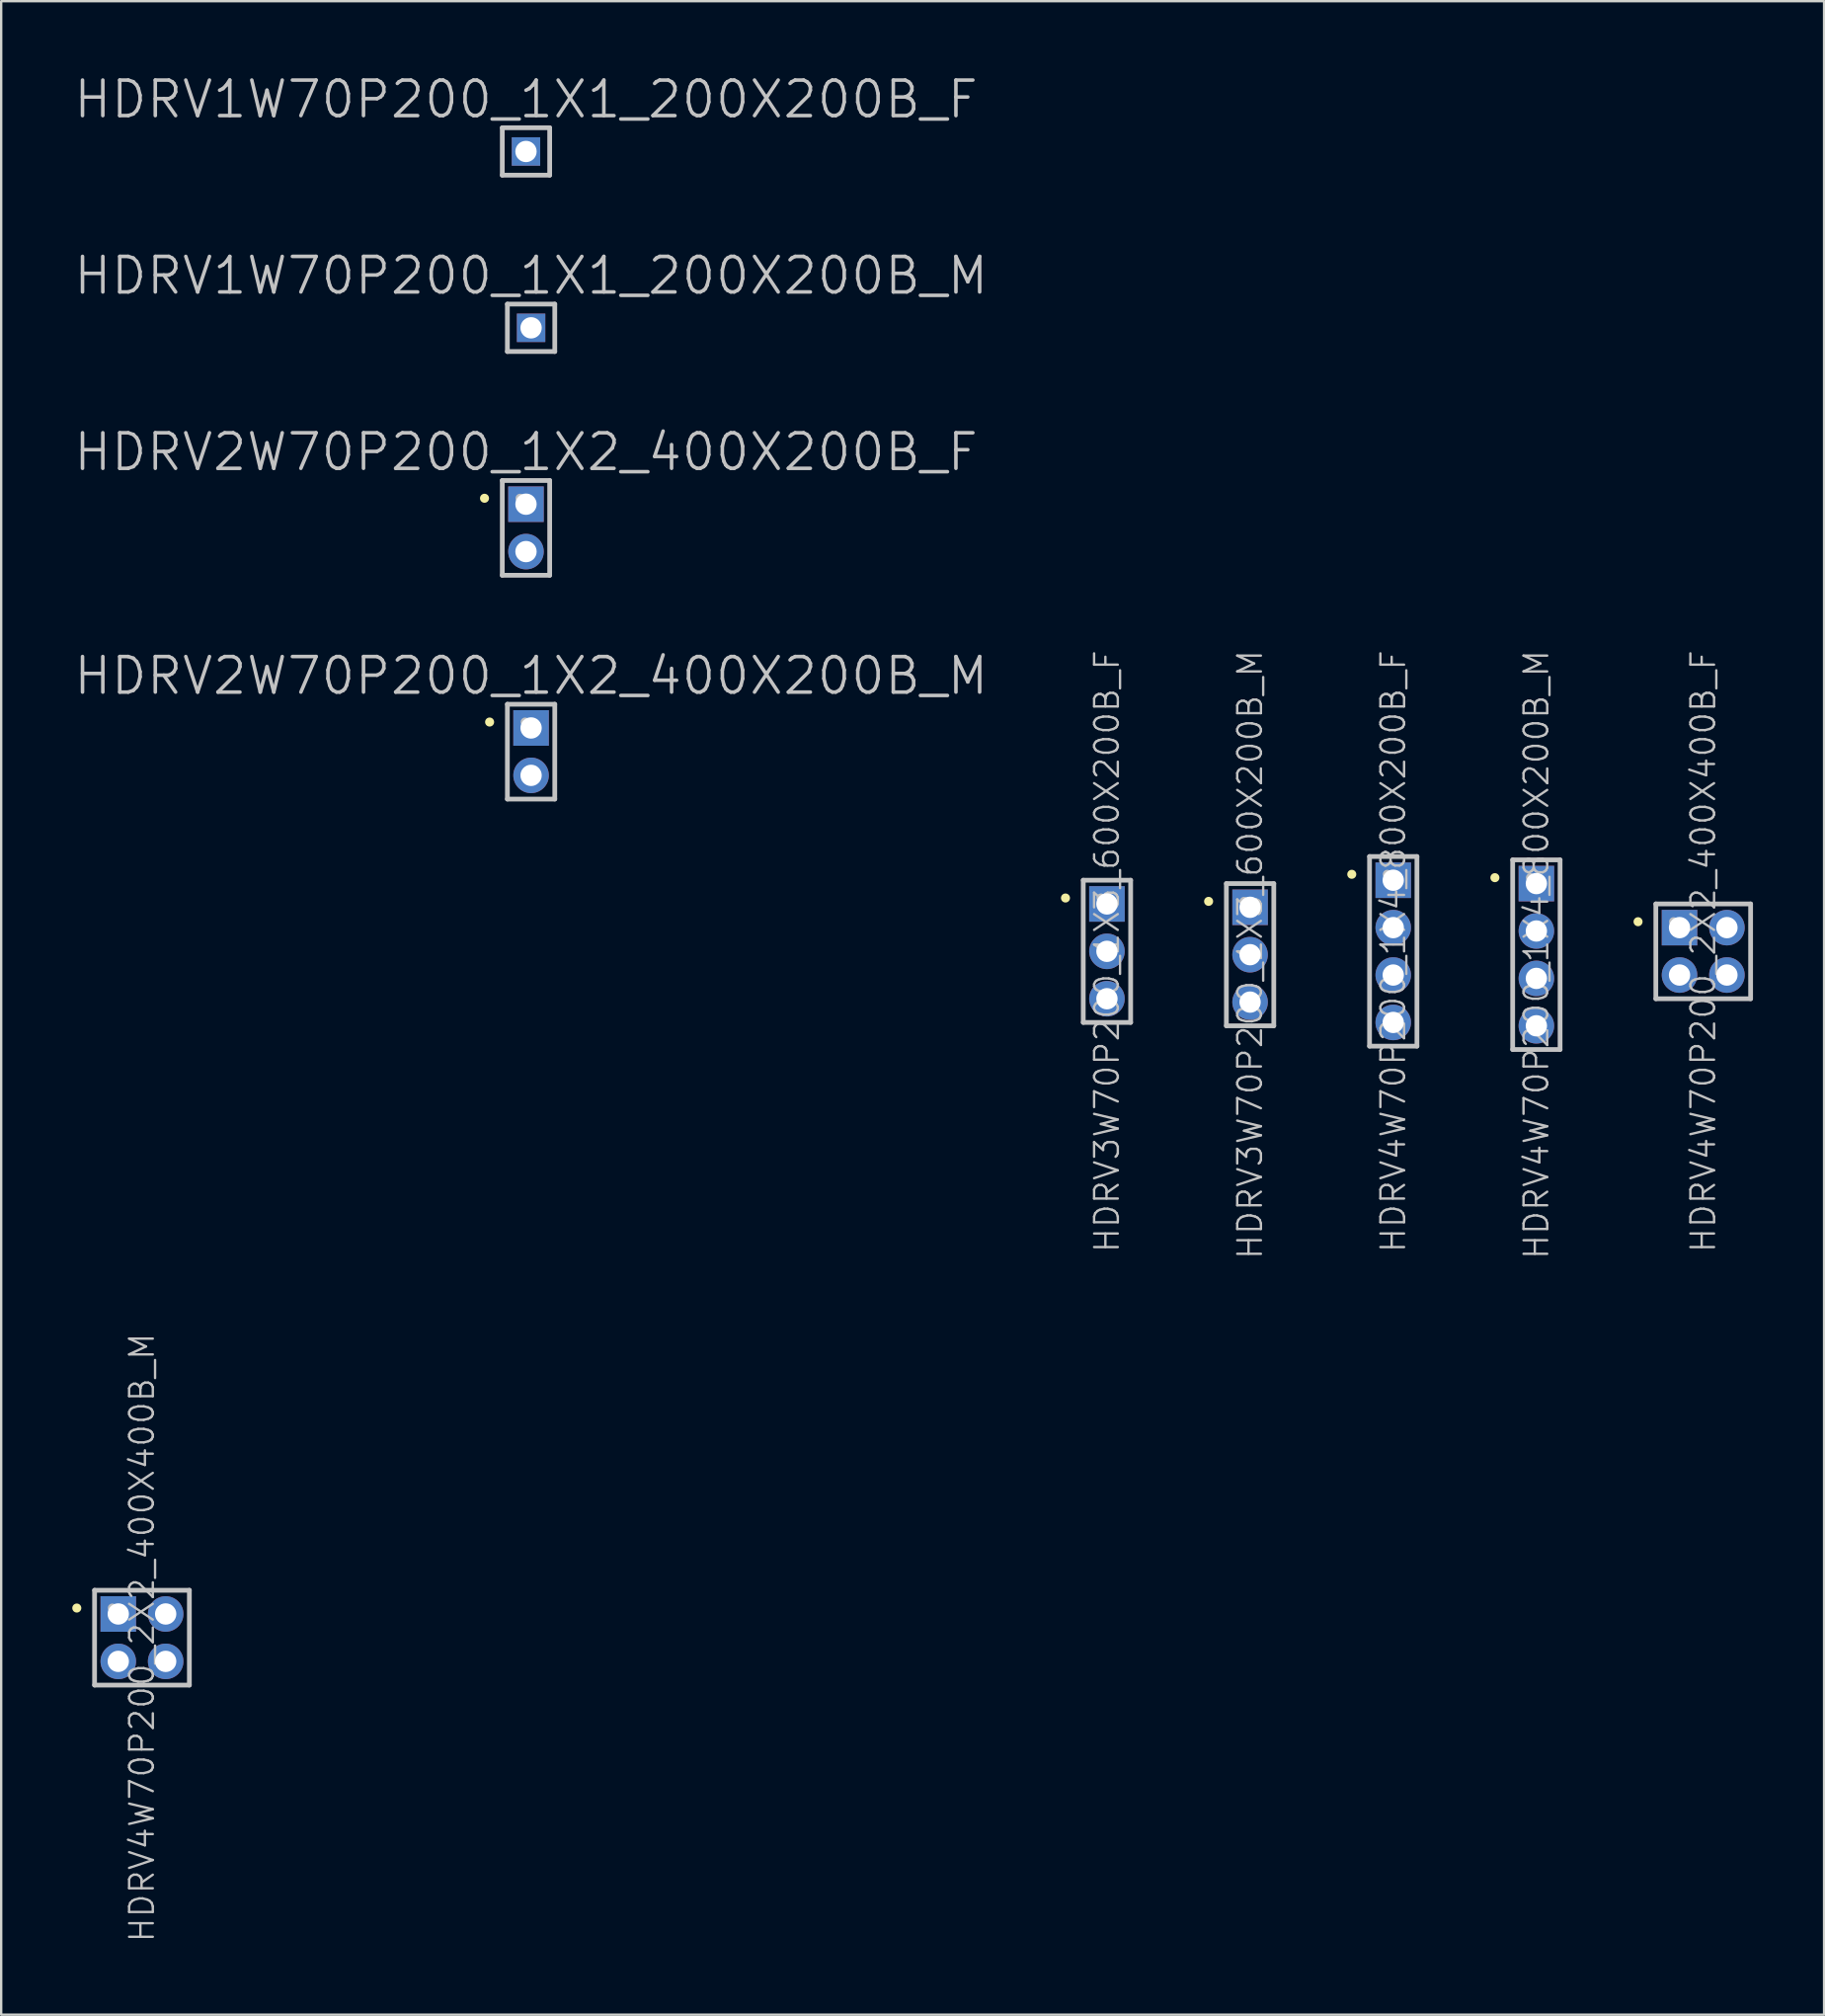
<source format=kicad_pcb>
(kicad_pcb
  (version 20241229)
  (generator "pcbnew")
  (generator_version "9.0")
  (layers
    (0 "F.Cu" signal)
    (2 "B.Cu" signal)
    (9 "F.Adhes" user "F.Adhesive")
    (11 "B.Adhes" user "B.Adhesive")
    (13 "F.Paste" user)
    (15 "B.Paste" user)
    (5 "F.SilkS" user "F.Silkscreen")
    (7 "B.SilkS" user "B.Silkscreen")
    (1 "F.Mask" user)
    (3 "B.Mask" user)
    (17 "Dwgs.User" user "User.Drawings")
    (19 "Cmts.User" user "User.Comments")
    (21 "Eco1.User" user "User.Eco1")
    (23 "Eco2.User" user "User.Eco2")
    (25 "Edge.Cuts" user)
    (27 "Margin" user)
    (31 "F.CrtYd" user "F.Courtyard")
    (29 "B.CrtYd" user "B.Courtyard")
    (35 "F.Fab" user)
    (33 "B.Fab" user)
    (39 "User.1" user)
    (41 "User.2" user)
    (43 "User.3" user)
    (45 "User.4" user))
  (footprint "HDRV3W70P200_1X3_600X200B_F"
    (layer "F.Cu")
    (at 43.662 37.087)
    (property "Reference" "HDRV3W70P200_1X3_600X200B_F" (at 0 0 90) (layer "Dwgs.User") (effects (font (size 1 1) (thickness 0.1))))
    (attr through_hole)
    (fp_line (start -1.75 -2.25) (end -1.75 -2.25) (stroke (width 0.381) (type solid)) (layer "F.SilkS"))
    (fp_line (start -1 -3) (end -1 3) (stroke (width 0.2) (type solid)) (layer "Dwgs.User"))
    (fp_line (start -1 -3) (end 1 -3) (stroke (width 0.2) (type solid)) (layer "Dwgs.User"))
    (fp_line (start -1 3) (end 1 3) (stroke (width 0.2) (type solid)) (layer "Dwgs.User"))
    (fp_line (start -0.25 -2.25) (end -0.25 -2.25) (stroke (width 0.381) (type solid)) (layer "Dwgs.User"))
    (fp_line (start 1 -3) (end 1 3) (stroke (width 0.2) (type solid)) (layer "Dwgs.User"))
    (pad "1" thru_hole rect (at 0 -2) (size 1.5 1.5) (drill 0.9) (layers "*.Cu" "*.Mask"))
    (pad "2" thru_hole circle (at 0 0 270) (size 1.5 1.5) (drill 0.9) (layers "*.Cu" "*.Mask"))
    (pad "3" thru_hole circle (at 0 2 270) (size 1.5 1.5) (drill 0.9) (layers "*.Cu" "*.Mask")))
  (footprint "HDRV1W70P200_1X1_200X200B_M"
    (layer "F.Cu")
    (at 19.361 10.781)
    (property "Reference" "HDRV1W70P200_1X1_200X200B_M" (at 0 -2.2 0) (layer "Dwgs.User") (effects (font (size 1.5 1.5) (thickness 0.15))))
    (attr through_hole)
    (fp_line (start -1 -1) (end -1 1) (stroke (width 0.2) (type solid)) (layer "Dwgs.User"))
    (fp_line (start -1 -1) (end 1 -1) (stroke (width 0.2) (type solid)) (layer "Dwgs.User"))
    (fp_line (start -1 1) (end 1 1) (stroke (width 0.2) (type solid)) (layer "Dwgs.User"))
    (fp_line (start 1 -1) (end 1 1) (stroke (width 0.2) (type solid)) (layer "Dwgs.User"))
    (pad "1" thru_hole rect (at 0 0) (size 1.2 1.2) (drill 0.9) (layers "*.Cu" "*.Mask")))
  (footprint "HDRV1W70P200_1X1_200X200B_F"
    (layer "F.Cu")
    (at 19.146 3.341)
    (property "Reference" "HDRV1W70P200_1X1_200X200B_F" (at 0 -2.2 0) (layer "Dwgs.User") (effects (font (size 1.5 1.5) (thickness 0.15))))
    (attr through_hole)
    (fp_line (start -1 -1) (end -1 1) (stroke (width 0.2) (type solid)) (layer "Dwgs.User"))
    (fp_line (start -1 -1) (end 1 -1) (stroke (width 0.2) (type solid)) (layer "Dwgs.User"))
    (fp_line (start -1 1) (end 1 1) (stroke (width 0.2) (type solid)) (layer "Dwgs.User"))
    (fp_line (start 1 -1) (end 1 1) (stroke (width 0.2) (type solid)) (layer "Dwgs.User"))
    (pad "1" thru_hole rect (at 0 0) (size 1.2 1.2) (drill 0.9) (layers "*.Cu" "*.Mask")))
  (footprint "HDRV4W70P200_1X4_800X200B_M"
    (layer "F.Cu")
    (at 61.783 37.229)
    (property "Reference" "HDRV4W70P200_1X4_800X200B_M" (at 0 0 90) (layer "Dwgs.User") (effects (font (size 1 1) (thickness 0.1))))
    (attr through_hole)
    (fp_line (start -1.75 -3.25) (end -1.75 -3.25) (stroke (width 0.381) (type solid)) (layer "F.SilkS"))
    (fp_line (start -1 -4) (end -1 4) (stroke (width 0.2) (type solid)) (layer "Dwgs.User"))
    (fp_line (start -1 -4) (end 1 -4) (stroke (width 0.2) (type solid)) (layer "Dwgs.User"))
    (fp_line (start -1 4) (end 1 4) (stroke (width 0.2) (type solid)) (layer "Dwgs.User"))
    (fp_line (start -0.25 -3.25) (end -0.25 -3.25) (stroke (width 0.381) (type solid)) (layer "Dwgs.User"))
    (fp_line (start 1 -4) (end 1 4) (stroke (width 0.2) (type solid)) (layer "Dwgs.User"))
    (pad "1" thru_hole rect (at 0 -3) (size 1.5 1.5) (drill 0.9) (layers "*.Cu" "*.Mask"))
    (pad "2" thru_hole circle (at 0 -1 270) (size 1.5 1.5) (drill 0.9) (layers "*.Cu" "*.Mask"))
    (pad "3" thru_hole circle (at 0 1 270) (size 1.5 1.5) (drill 0.9) (layers "*.Cu" "*.Mask"))
    (pad "4" thru_hole circle (at 0 3 270) (size 1.5 1.5) (drill 0.9) (layers "*.Cu" "*.Mask")))
  (footprint "HDRV4W70P200_2X2_400X400B_M"
    (layer "F.Cu")
    (at 2.941 66.044)
    (property "Reference" "HDRV4W70P200_2X2_400X400B_M" (at 0 0 90) (layer "Dwgs.User") (effects (font (size 1 1) (thickness 0.1))))
    (attr through_hole)
    (fp_line (start -2.75 -1.25) (end -2.75 -1.25) (stroke (width 0.381) (type solid)) (layer "F.SilkS"))
    (fp_line (start -2 -2) (end -2 2) (stroke (width 0.2) (type solid)) (layer "Dwgs.User"))
    (fp_line (start -2 -2) (end 2 -2) (stroke (width 0.2) (type solid)) (layer "Dwgs.User"))
    (fp_line (start -2 2) (end 2 2) (stroke (width 0.2) (type solid)) (layer "Dwgs.User"))
    (fp_line (start -1.25 -1.25) (end -1.25 -1.25) (stroke (width 0.381) (type solid)) (layer "Dwgs.User"))
    (fp_line (start 2 -2) (end 2 2) (stroke (width 0.2) (type solid)) (layer "Dwgs.User"))
    (pad "1" thru_hole rect (at -1 -1) (size 1.5 1.5) (drill 0.9) (layers "*.Cu" "*.Mask"))
    (pad "2" thru_hole circle (at 1 -1 270) (size 1.5 1.5) (drill 0.9) (layers "*.Cu" "*.Mask"))
    (pad "3" thru_hole circle (at -1 1 270) (size 1.5 1.5) (drill 0.9) (layers "*.Cu" "*.Mask"))
    (pad "4" thru_hole circle (at 1 1 270) (size 1.5 1.5) (drill 0.9) (layers "*.Cu" "*.Mask")))
  (footprint "HDRV2W70P200_1X2_400X200B_M"
    (layer "F.Cu")
    (at 19.361 28.663)
    (property "Reference" "HDRV2W70P200_1X2_400X200B_M" (at 0 -3.2 180) (layer "Dwgs.User") (effects (font (size 1.5 1.5) (thickness 0.15))))
    (attr through_hole)
    (fp_line (start -1.75 -1.25) (end -1.75 -1.25) (stroke (width 0.381) (type solid)) (layer "F.SilkS"))
    (fp_line (start -1 -2) (end -1 2) (stroke (width 0.2) (type solid)) (layer "Dwgs.User"))
    (fp_line (start -1 -2) (end 1 -2) (stroke (width 0.2) (type solid)) (layer "Dwgs.User"))
    (fp_line (start -1 2) (end 1 2) (stroke (width 0.2) (type solid)) (layer "Dwgs.User"))
    (fp_line (start -0.25 -1.25) (end -0.25 -1.25) (stroke (width 0.381) (type solid)) (layer "Dwgs.User"))
    (fp_line (start 1 -2) (end 1 2) (stroke (width 0.2) (type solid)) (layer "Dwgs.User"))
    (pad "1" thru_hole rect (at 0 -1) (size 1.5 1.5) (drill 0.9) (layers "*.Cu" "*.Mask"))
    (pad "2" thru_hole circle (at 0 1 270) (size 1.5 1.5) (drill 0.9) (layers "*.Cu" "*.Mask")))
  (footprint "HDRV4W70P200_2X2_400X400B_F"
    (layer "F.Cu")
    (at 68.824 37.087)
    (property "Reference" "HDRV4W70P200_2X2_400X400B_F" (at 0 0 90) (layer "Dwgs.User") (effects (font (size 1 1) (thickness 0.1))))
    (attr through_hole)
    (fp_line (start -2.75 -1.25) (end -2.75 -1.25) (stroke (width 0.381) (type solid)) (layer "F.SilkS"))
    (fp_line (start -2 -2) (end -2 2) (stroke (width 0.2) (type solid)) (layer "Dwgs.User"))
    (fp_line (start -2 -2) (end 2 -2) (stroke (width 0.2) (type solid)) (layer "Dwgs.User"))
    (fp_line (start -2 2) (end 2 2) (stroke (width 0.2) (type solid)) (layer "Dwgs.User"))
    (fp_line (start -1.25 -1.25) (end -1.25 -1.25) (stroke (width 0.381) (type solid)) (layer "Dwgs.User"))
    (fp_line (start 2 -2) (end 2 2) (stroke (width 0.2) (type solid)) (layer "Dwgs.User"))
    (pad "1" thru_hole rect (at -1 -1) (size 1.5 1.5) (drill 0.9) (layers "*.Cu" "*.Mask"))
    (pad "2" thru_hole circle (at 1 -1 270) (size 1.5 1.5) (drill 0.9) (layers "*.Cu" "*.Mask"))
    (pad "3" thru_hole circle (at -1 1 270) (size 1.5 1.5) (drill 0.9) (layers "*.Cu" "*.Mask"))
    (pad "4" thru_hole circle (at 1 1 270) (size 1.5 1.5) (drill 0.9) (layers "*.Cu" "*.Mask")))
  (footprint "HDRV4W70P200_1X4_800X200B_F"
    (layer "F.Cu")
    (at 55.743 37.087)
    (property "Reference" "HDRV4W70P200_1X4_800X200B_F" (at 0 0 90) (layer "Dwgs.User") (effects (font (size 1 1) (thickness 0.1))))
    (attr through_hole)
    (fp_line (start -1.75 -3.25) (end -1.75 -3.25) (stroke (width 0.381) (type solid)) (layer "F.SilkS"))
    (fp_line (start -1 -4) (end -1 4) (stroke (width 0.2) (type solid)) (layer "Dwgs.User"))
    (fp_line (start -1 -4) (end 1 -4) (stroke (width 0.2) (type solid)) (layer "Dwgs.User"))
    (fp_line (start -1 4) (end 1 4) (stroke (width 0.2) (type solid)) (layer "Dwgs.User"))
    (fp_line (start -0.25 -3.25) (end -0.25 -3.25) (stroke (width 0.381) (type solid)) (layer "Dwgs.User"))
    (fp_line (start 1 -4) (end 1 4) (stroke (width 0.2) (type solid)) (layer "Dwgs.User"))
    (pad "1" thru_hole rect (at 0 -3) (size 1.5 1.5) (drill 0.9) (layers "*.Cu" "*.Mask"))
    (pad "2" thru_hole circle (at 0 -1 270) (size 1.5 1.5) (drill 0.9) (layers "*.Cu" "*.Mask"))
    (pad "3" thru_hole circle (at 0 1 270) (size 1.5 1.5) (drill 0.9) (layers "*.Cu" "*.Mask"))
    (pad "4" thru_hole circle (at 0 3 270) (size 1.5 1.5) (drill 0.9) (layers "*.Cu" "*.Mask")))
  (footprint "HDRV2W70P200_1X2_400X200B_F"
    (layer "F.Cu")
    (at 19.146 19.222)
    (property "Reference" "HDRV2W70P200_1X2_400X200B_F" (at 0 -3.2 180) (layer "Dwgs.User") (effects (font (size 1.5 1.5) (thickness 0.15))))
    (attr through_hole)
    (fp_line (start -1.75 -1.25) (end -1.75 -1.25) (stroke (width 0.381) (type solid)) (layer "F.SilkS"))
    (fp_line (start -1 -2) (end -1 2) (stroke (width 0.2) (type solid)) (layer "Dwgs.User"))
    (fp_line (start -1 -2) (end 1 -2) (stroke (width 0.2) (type solid)) (layer "Dwgs.User"))
    (fp_line (start -1 2) (end 1 2) (stroke (width 0.2) (type solid)) (layer "Dwgs.User"))
    (fp_line (start -0.25 -1.25) (end -0.25 -1.25) (stroke (width 0.381) (type solid)) (layer "Dwgs.User"))
    (fp_line (start 1 -2) (end 1 2) (stroke (width 0.2) (type solid)) (layer "Dwgs.User"))
    (pad "1" thru_hole rect (at 0 -1) (size 1.5 1.5) (drill 0.9) (layers "*.Cu" "*.Mask"))
    (pad "2" thru_hole circle (at 0 1 270) (size 1.5 1.5) (drill 0.9) (layers "*.Cu" "*.Mask")))
  (footprint "HDRV3W70P200_1X3_600X200B_M"
    (layer "F.Cu")
    (at 49.702 37.229)
    (property "Reference" "HDRV3W70P200_1X3_600X200B_M" (at 0 0 90) (layer "Dwgs.User") (effects (font (size 1 1) (thickness 0.1))))
    (attr through_hole)
    (fp_line (start -1.75 -2.25) (end -1.75 -2.25) (stroke (width 0.381) (type solid)) (layer "F.SilkS"))
    (fp_line (start -1 -3) (end -1 3) (stroke (width 0.2) (type solid)) (layer "Dwgs.User"))
    (fp_line (start -1 -3) (end 1 -3) (stroke (width 0.2) (type solid)) (layer "Dwgs.User"))
    (fp_line (start -1 3) (end 1 3) (stroke (width 0.2) (type solid)) (layer "Dwgs.User"))
    (fp_line (start -0.25 -2.25) (end -0.25 -2.25) (stroke (width 0.381) (type solid)) (layer "Dwgs.User"))
    (fp_line (start 1 -3) (end 1 3) (stroke (width 0.2) (type solid)) (layer "Dwgs.User"))
    (pad "1" thru_hole rect (at 0 -2) (size 1.5 1.5) (drill 0.9) (layers "*.Cu" "*.Mask"))
    (pad "2" thru_hole circle (at 0 0 270) (size 1.5 1.5) (drill 0.9) (layers "*.Cu" "*.Mask"))
    (pad "3" thru_hole circle (at 0 2 270) (size 1.5 1.5) (drill 0.9) (layers "*.Cu" "*.Mask")))
  (gr_rect
    (start -3 -3)
    (end 73.924 81.951)
    (stroke (width 0.1) (type default))
    (fill no)
    (layer "Edge.Cuts")))
</source>
